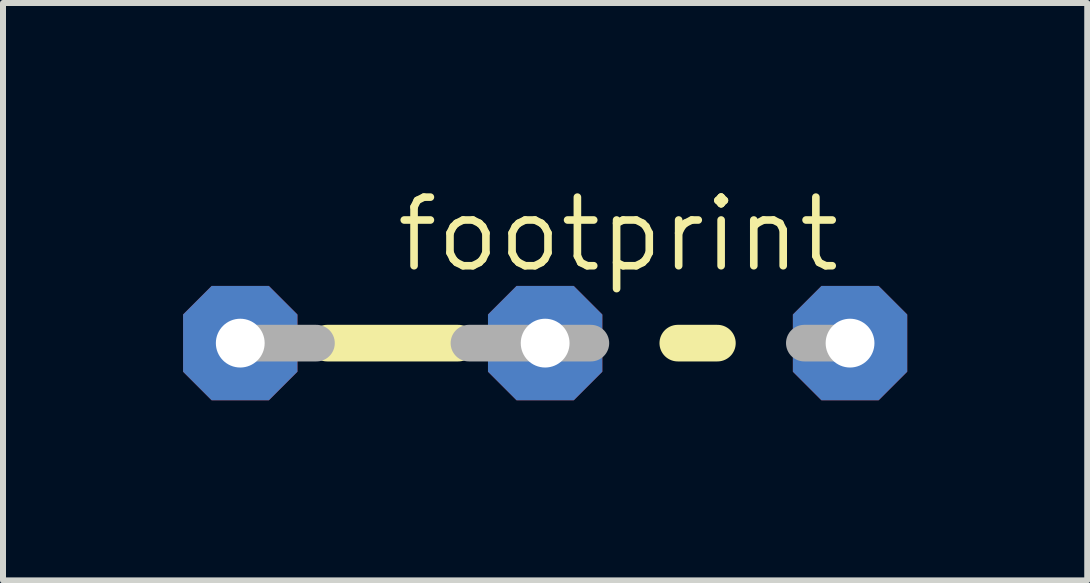
<source format=kicad_pcb>
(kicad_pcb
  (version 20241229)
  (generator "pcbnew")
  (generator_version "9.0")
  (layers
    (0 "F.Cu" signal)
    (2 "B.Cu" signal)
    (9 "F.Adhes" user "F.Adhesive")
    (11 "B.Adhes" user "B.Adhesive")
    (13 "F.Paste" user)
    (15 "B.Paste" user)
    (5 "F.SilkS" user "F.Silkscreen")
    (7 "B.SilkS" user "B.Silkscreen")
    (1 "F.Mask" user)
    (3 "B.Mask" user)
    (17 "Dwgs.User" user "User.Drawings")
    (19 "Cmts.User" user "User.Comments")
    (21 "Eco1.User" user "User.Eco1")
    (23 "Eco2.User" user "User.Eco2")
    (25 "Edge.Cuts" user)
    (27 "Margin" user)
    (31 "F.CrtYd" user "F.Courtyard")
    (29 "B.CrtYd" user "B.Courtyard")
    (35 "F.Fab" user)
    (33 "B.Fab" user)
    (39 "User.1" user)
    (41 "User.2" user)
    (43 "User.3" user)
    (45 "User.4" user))
  (footprint "footprint"
    (layer "F.Cu")
    (at 3.493 2.667)
    (property "Reference" "footprint" (at 0 -1.143 0) (layer "F.SilkS") (effects (font (size 1.143 1.143) (thickness 0.127)) (justify left bottom)))
    (fp_line (start -1.092 0) (end 1.092 0) (stroke (width 0.61) (type solid)) (layer "F.SilkS"))
    (fp_line (start 4.75 0) (end 5.41 0) (stroke (width 0.61) (type solid)) (layer "F.SilkS"))
    (fp_line (start -2.54 0) (end -1.27 0) (stroke (width 0.61) (type solid)) (layer "F.Fab"))
    (fp_line (start 2.54 0) (end 1.27 0) (stroke (width 0.61) (type solid)) (layer "F.Fab"))
    (fp_line (start 3.302 0) (end 2.667 0) (stroke (width 0.61) (type solid)) (layer "F.Fab"))
    (fp_line (start 7.62 0) (end 6.858 0) (stroke (width 0.61) (type solid)) (layer "F.Fab"))
    (pad "1" thru_hole roundrect (at -2.54 0) (size 1.905 1.905) (drill 0.813) (layers "*.Cu" "*.Mask") (roundrect_rratio 0.25) (chamfer_ratio 0.25) (chamfer top_left top_right bottom_left bottom_right))
    (pad "2" thru_hole roundrect (at 2.54 0) (size 1.905 1.905) (drill 0.813) (layers "*.Cu" "*.Mask") (roundrect_rratio 0.25) (chamfer_ratio 0.25) (chamfer top_left top_right bottom_left bottom_right))
    (pad "3" thru_hole roundrect (at 7.62 0) (size 1.905 1.905) (drill 0.813) (layers "*.Cu" "*.Mask") (roundrect_rratio 0.25) (chamfer_ratio 0.25) (chamfer top_left top_right bottom_left bottom_right)))
  (gr_rect
    (start -3 -3)
    (end 15.065 6.62)
    (stroke (width 0.1) (type default))
    (fill no)
    (layer "Edge.Cuts")))
</source>
